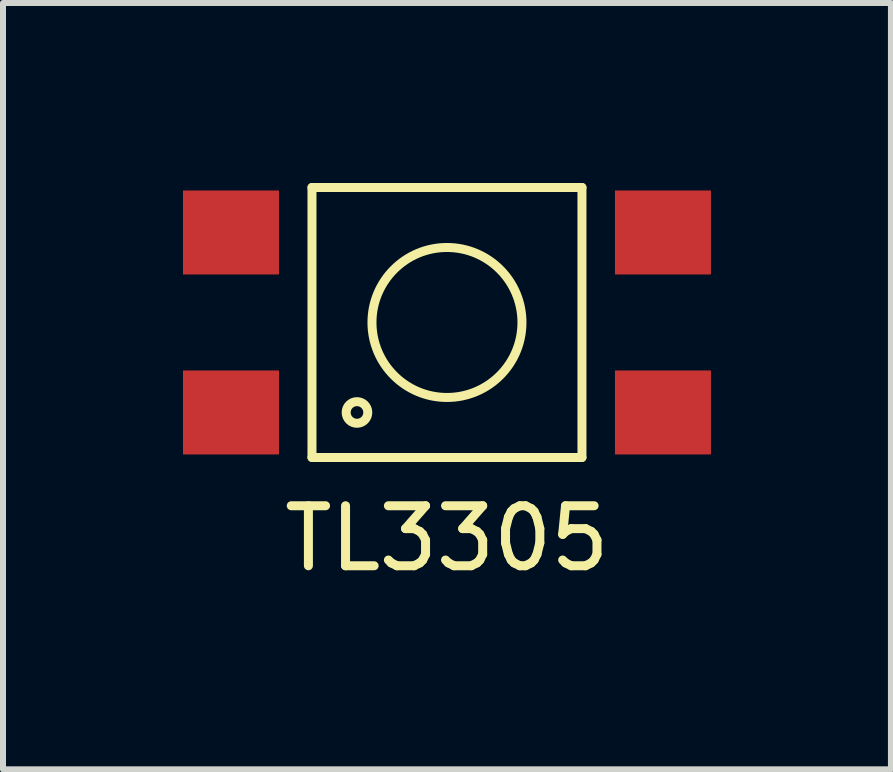
<source format=kicad_pcb>
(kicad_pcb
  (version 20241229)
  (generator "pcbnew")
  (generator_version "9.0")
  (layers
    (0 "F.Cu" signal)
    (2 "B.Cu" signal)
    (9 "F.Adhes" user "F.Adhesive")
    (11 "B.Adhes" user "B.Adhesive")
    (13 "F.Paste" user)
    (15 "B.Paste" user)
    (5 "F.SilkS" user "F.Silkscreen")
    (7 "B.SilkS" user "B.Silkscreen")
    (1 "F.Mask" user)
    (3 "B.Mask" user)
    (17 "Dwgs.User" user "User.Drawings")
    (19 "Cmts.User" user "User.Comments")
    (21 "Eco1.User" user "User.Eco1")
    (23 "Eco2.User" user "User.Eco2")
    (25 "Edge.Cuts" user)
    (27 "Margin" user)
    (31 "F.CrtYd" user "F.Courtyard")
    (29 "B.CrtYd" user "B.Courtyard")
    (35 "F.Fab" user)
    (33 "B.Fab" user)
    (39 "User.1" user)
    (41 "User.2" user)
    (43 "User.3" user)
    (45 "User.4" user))
  (footprint "TL3305"
    (layer "F.Cu")
    (at 4.4 2.325)
    (property "Reference" "TL3305" (at 0 3.6 0) (layer "F.SilkS") (effects (font (size 1 1) (thickness 0.15))))
    (attr through_hole)
    (fp_line (start -2.25 -2.25) (end -2.25 2.25) (stroke (width 0.15) (type solid)) (layer "F.SilkS"))
    (fp_line (start -2.25 2.25) (end 2.25 2.25) (stroke (width 0.15) (type solid)) (layer "F.SilkS"))
    (fp_line (start 2.25 -2.25) (end -2.25 -2.25) (stroke (width 0.15) (type solid)) (layer "F.SilkS"))
    (fp_line (start 2.25 2.25) (end 2.25 -2.25) (stroke (width 0.15) (type solid)) (layer "F.SilkS"))
    (fp_circle (center -1.5 1.5) (end -1.65 1.6) (stroke (width 0.15) (type solid)) (fill no) (layer "F.SilkS"))
    (fp_circle (center 0 0) (end 1.25 0) (stroke (width 0.15) (type solid)) (fill no) (layer "F.SilkS"))
    (pad "1" smd rect (at -3.6 1.5) (size 1.6 1.4) (layers "F.Cu" "F.Mask" "F.Paste"))
    (pad "2" smd rect (at 3.6 1.5) (size 1.6 1.4) (layers "F.Cu" "F.Mask" "F.Paste"))
    (pad "3" smd rect (at -3.6 -1.5) (size 1.6 1.4) (layers "F.Cu" "F.Mask" "F.Paste"))
    (pad "4" smd rect (at 3.6 -1.5) (size 1.6 1.4) (layers "F.Cu" "F.Mask" "F.Paste")))
  (gr_rect
    (start -3 -3)
    (end 11.8 9.773)
    (stroke (width 0.1) (type default))
    (fill no)
    (layer "Edge.Cuts")))
</source>
